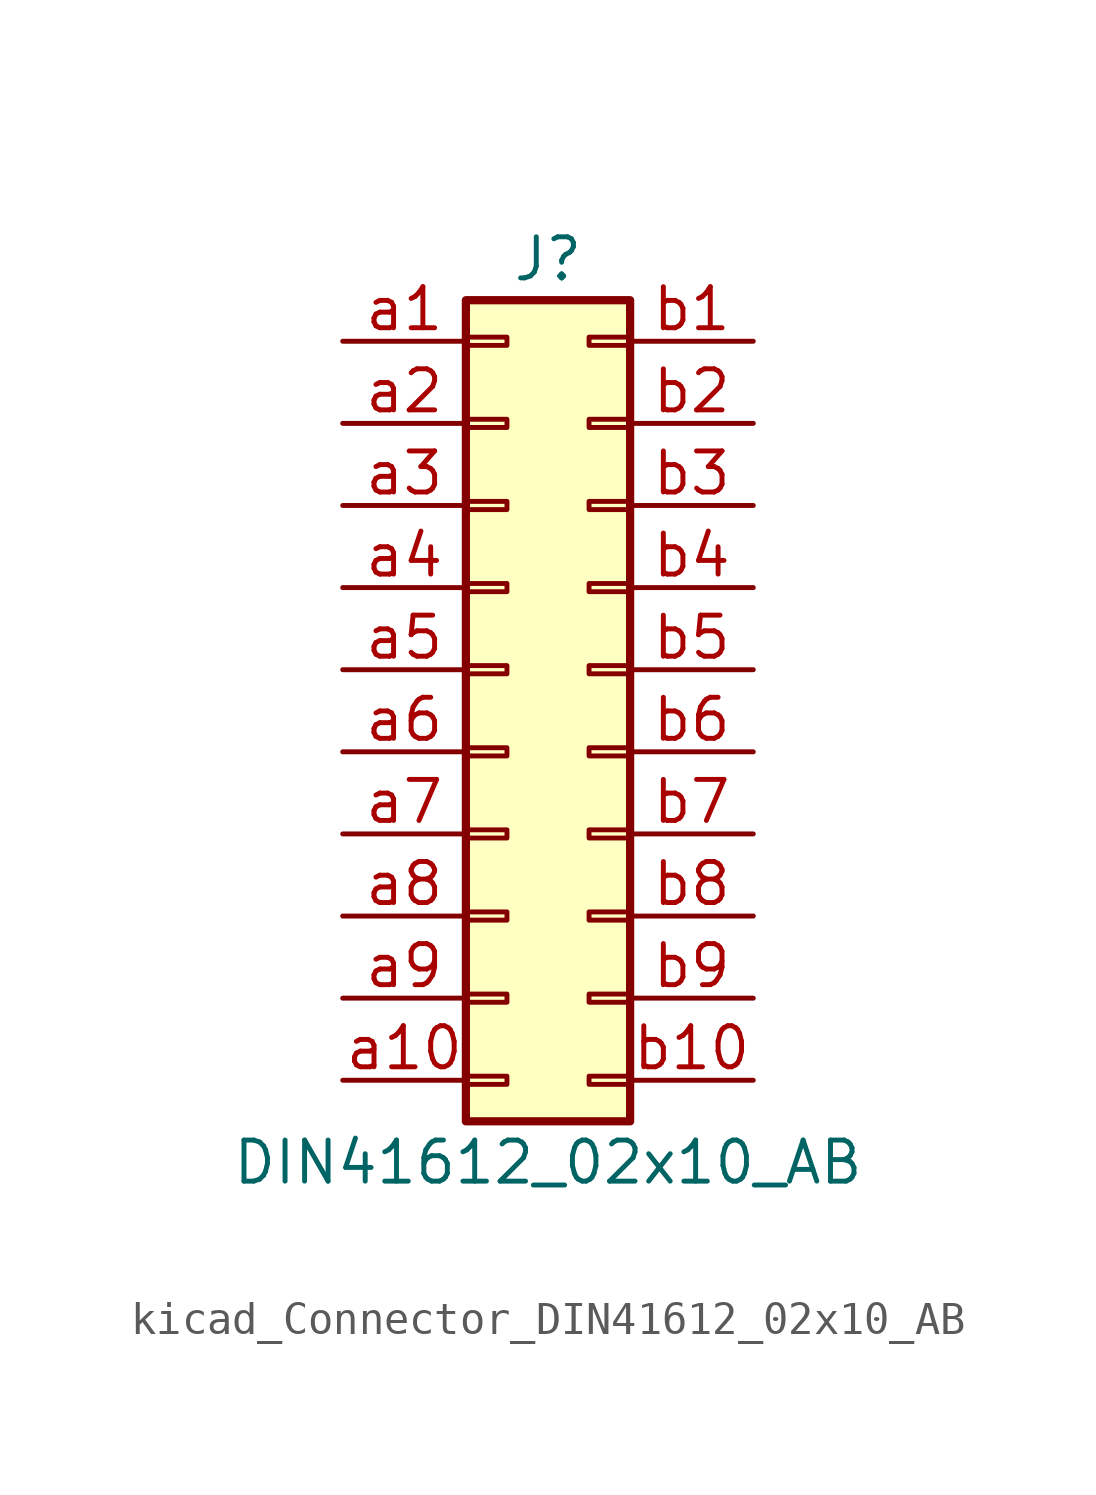
<source format=kicad_sym>
(kicad_symbol_lib
  (version 20220914)
  (generator kicad_symbol_editor)
  (symbol "kicad_Connector_DIN41612_02x10_AB"
    (pin_names
      (offset 1.016) hide)
    (property "Reference" "J"
      (at 1.27 12.7 0)
      (effects (font (size 1.27 1.27))))
    (property "Value" "DIN41612_02x10_AB"
      (at 1.27 -15.24 0)
      (effects (font (size 1.27 1.27))))
    (symbol "kicad_Connector_DIN41612_02x10_AB_1_1"
      (rectangle (start -1.27 -12.573) (end 0 -12.827) (stroke (width 0.152) (type default)) (fill (type none)))
      (rectangle (start -1.27 -10.033) (end 0 -10.287) (stroke (width 0.152) (type default)) (fill (type none)))
      (rectangle (start -1.27 -7.493) (end 0 -7.747) (stroke (width 0.152) (type default)) (fill (type none)))
      (rectangle (start -1.27 -4.953) (end 0 -5.207) (stroke (width 0.152) (type default)) (fill (type none)))
      (rectangle (start -1.27 -2.413) (end 0 -2.667) (stroke (width 0.152) (type default)) (fill (type none)))
      (rectangle (start -1.27 0.127) (end 0 -0.127) (stroke (width 0.152) (type default)) (fill (type none)))
      (rectangle (start -1.27 2.667) (end 0 2.413) (stroke (width 0.152) (type default)) (fill (type none)))
      (rectangle (start -1.27 5.207) (end 0 4.953) (stroke (width 0.152) (type default)) (fill (type none)))
      (rectangle (start -1.27 7.747) (end 0 7.493) (stroke (width 0.152) (type default)) (fill (type none)))
      (rectangle (start -1.27 10.287) (end 0 10.033) (stroke (width 0.152) (type default)) (fill (type none)))
      (rectangle (start -1.27 11.43) (end 3.81 -13.97) (stroke (width 0.254) (type default)) (fill (type background)))
      (rectangle (start 3.81 -12.573) (end 2.54 -12.827) (stroke (width 0.152) (type default)) (fill (type none)))
      (rectangle (start 3.81 -10.033) (end 2.54 -10.287) (stroke (width 0.152) (type default)) (fill (type none)))
      (rectangle (start 3.81 -7.493) (end 2.54 -7.747) (stroke (width 0.152) (type default)) (fill (type none)))
      (rectangle (start 3.81 -4.953) (end 2.54 -5.207) (stroke (width 0.152) (type default)) (fill (type none)))
      (rectangle (start 3.81 -2.413) (end 2.54 -2.667) (stroke (width 0.152) (type default)) (fill (type none)))
      (rectangle (start 3.81 0.127) (end 2.54 -0.127) (stroke (width 0.152) (type default)) (fill (type none)))
      (rectangle (start 3.81 2.667) (end 2.54 2.413) (stroke (width 0.152) (type default)) (fill (type none)))
      (rectangle (start 3.81 5.207) (end 2.54 4.953) (stroke (width 0.152) (type default)) (fill (type none)))
      (rectangle (start 3.81 7.747) (end 2.54 7.493) (stroke (width 0.152) (type default)) (fill (type none)))
      (rectangle (start 3.81 10.287) (end 2.54 10.033) (stroke (width 0.152) (type default)) (fill (type none)))
      (pin passive line (at -5.08 10.16 0) (length 3.81) (name "Pin_a1" (effects (font (size 1.27 1.27)))) (number "a1" (effects (font (size 1.27 1.27)))))
      (pin passive line (at -5.08 -12.7 0) (length 3.81) (name "Pin_a10" (effects (font (size 1.27 1.27)))) (number "a10" (effects (font (size 1.27 1.27)))))
      (pin passive line (at -5.08 7.62 0) (length 3.81) (name "Pin_a2" (effects (font (size 1.27 1.27)))) (number "a2" (effects (font (size 1.27 1.27)))))
      (pin passive line (at -5.08 5.08 0) (length 3.81) (name "Pin_a3" (effects (font (size 1.27 1.27)))) (number "a3" (effects (font (size 1.27 1.27)))))
      (pin passive line (at -5.08 2.54 0) (length 3.81) (name "Pin_a4" (effects (font (size 1.27 1.27)))) (number "a4" (effects (font (size 1.27 1.27)))))
      (pin passive line (at -5.08 0 0) (length 3.81) (name "Pin_a5" (effects (font (size 1.27 1.27)))) (number "a5" (effects (font (size 1.27 1.27)))))
      (pin passive line (at -5.08 -2.54 0) (length 3.81) (name "Pin_a6" (effects (font (size 1.27 1.27)))) (number "a6" (effects (font (size 1.27 1.27)))))
      (pin passive line (at -5.08 -5.08 0) (length 3.81) (name "Pin_a7" (effects (font (size 1.27 1.27)))) (number "a7" (effects (font (size 1.27 1.27)))))
      (pin passive line (at -5.08 -7.62 0) (length 3.81) (name "Pin_a8" (effects (font (size 1.27 1.27)))) (number "a8" (effects (font (size 1.27 1.27)))))
      (pin passive line (at -5.08 -10.16 0) (length 3.81) (name "Pin_a9" (effects (font (size 1.27 1.27)))) (number "a9" (effects (font (size 1.27 1.27)))))
      (pin passive line (at 7.62 10.16 180) (length 3.81) (name "Pin_b1" (effects (font (size 1.27 1.27)))) (number "b1" (effects (font (size 1.27 1.27)))))
      (pin passive line (at 7.62 -12.7 180) (length 3.81) (name "Pin_b10" (effects (font (size 1.27 1.27)))) (number "b10" (effects (font (size 1.27 1.27)))))
      (pin passive line (at 7.62 7.62 180) (length 3.81) (name "Pin_b2" (effects (font (size 1.27 1.27)))) (number "b2" (effects (font (size 1.27 1.27)))))
      (pin passive line (at 7.62 5.08 180) (length 3.81) (name "Pin_b3" (effects (font (size 1.27 1.27)))) (number "b3" (effects (font (size 1.27 1.27)))))
      (pin passive line (at 7.62 2.54 180) (length 3.81) (name "Pin_b4" (effects (font (size 1.27 1.27)))) (number "b4" (effects (font (size 1.27 1.27)))))
      (pin passive line (at 7.62 0 180) (length 3.81) (name "Pin_b5" (effects (font (size 1.27 1.27)))) (number "b5" (effects (font (size 1.27 1.27)))))
      (pin passive line (at 7.62 -2.54 180) (length 3.81) (name "Pin_b6" (effects (font (size 1.27 1.27)))) (number "b6" (effects (font (size 1.27 1.27)))))
      (pin passive line (at 7.62 -5.08 180) (length 3.81) (name "Pin_b7" (effects (font (size 1.27 1.27)))) (number "b7" (effects (font (size 1.27 1.27)))))
      (pin passive line (at 7.62 -7.62 180) (length 3.81) (name "Pin_b8" (effects (font (size 1.27 1.27)))) (number "b8" (effects (font (size 1.27 1.27)))))
      (pin passive line (at 7.62 -10.16 180) (length 3.81) (name "Pin_b9" (effects (font (size 1.27 1.27)))) (number "b9" (effects (font (size 1.27 1.27))))))))
</source>
